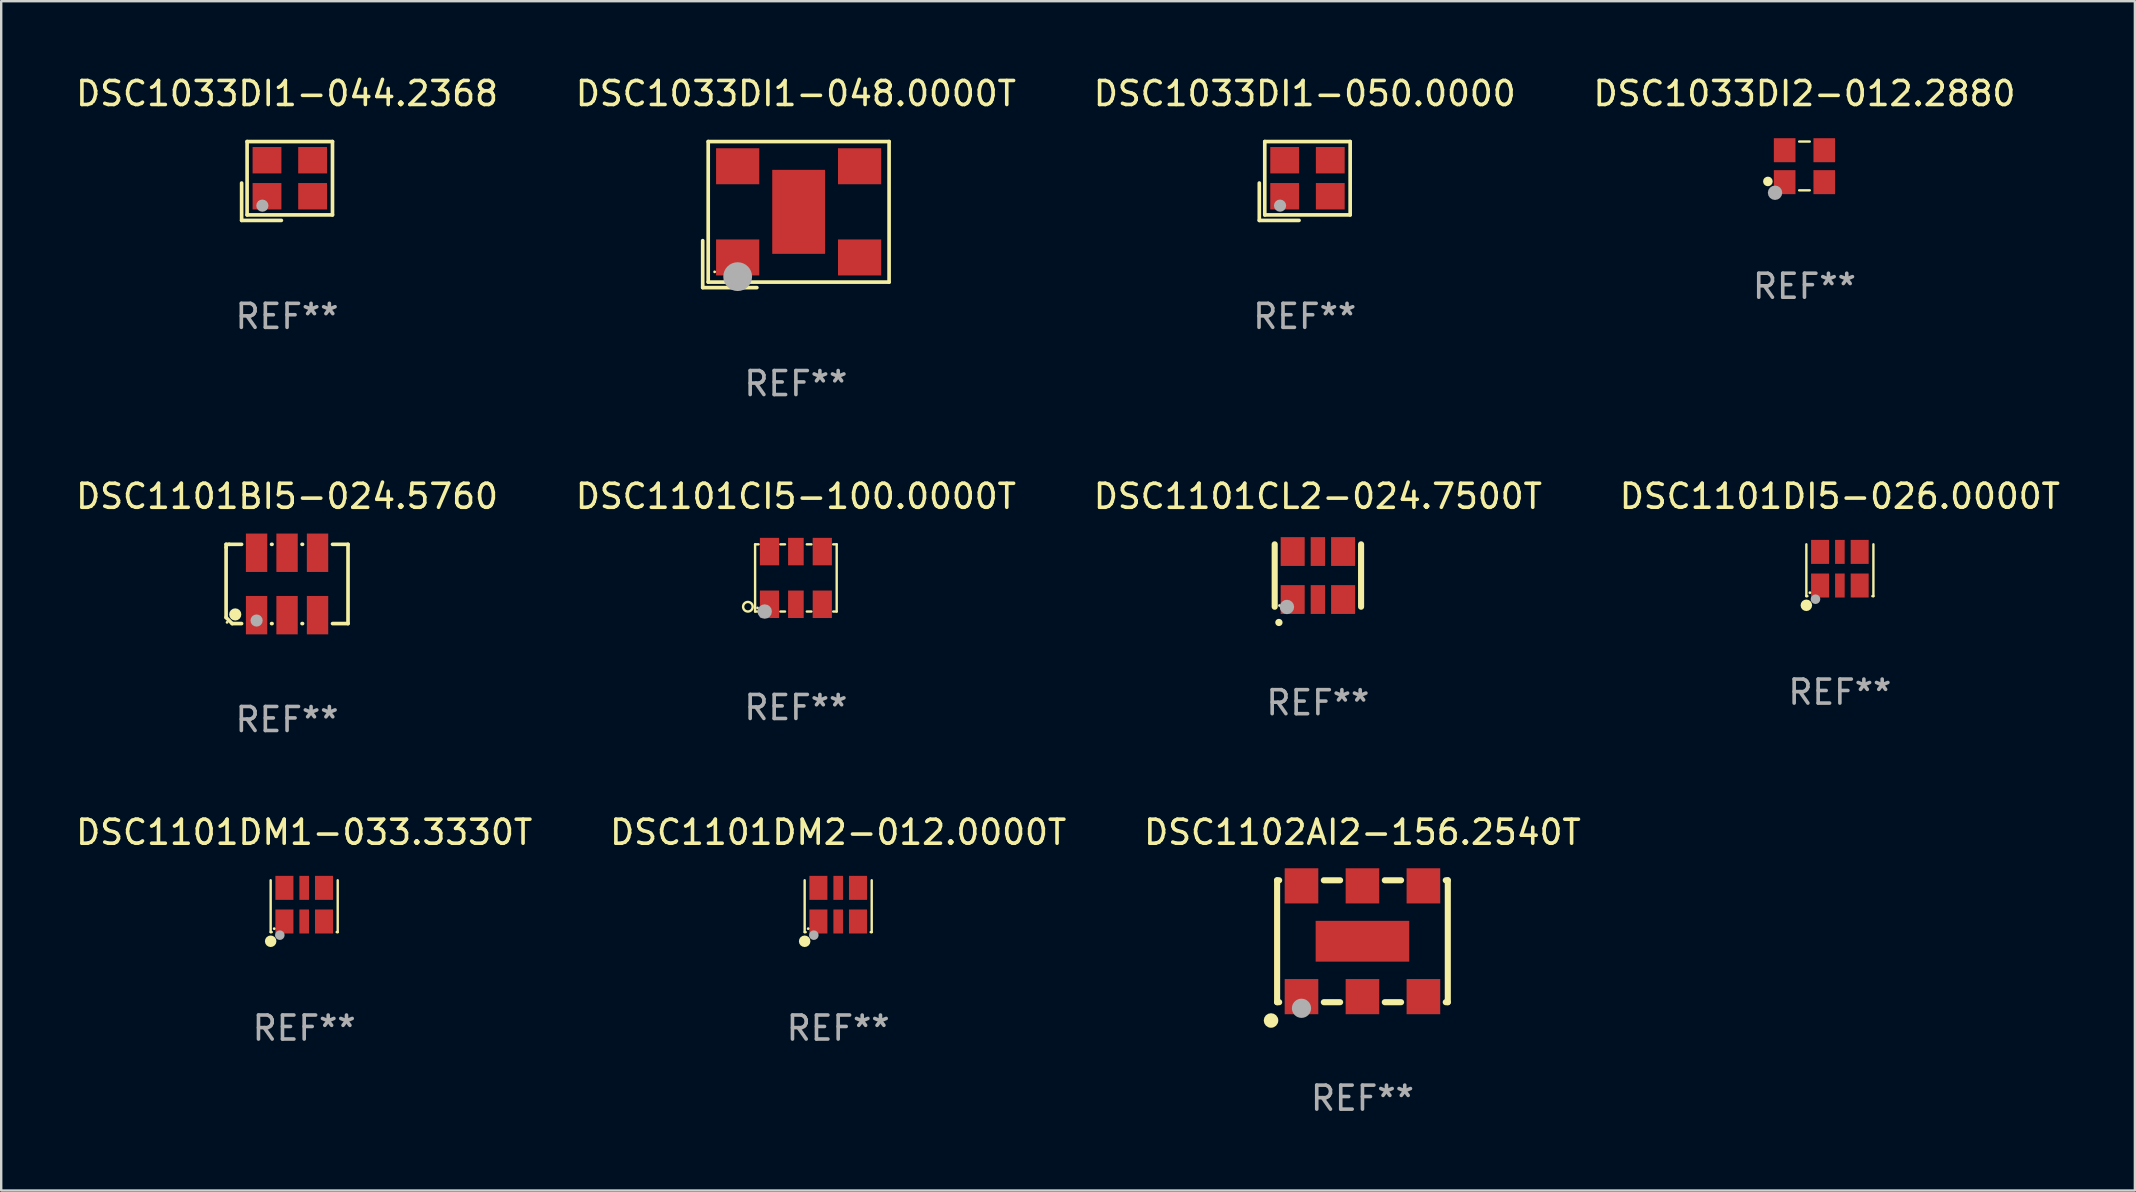
<source format=kicad_pcb>
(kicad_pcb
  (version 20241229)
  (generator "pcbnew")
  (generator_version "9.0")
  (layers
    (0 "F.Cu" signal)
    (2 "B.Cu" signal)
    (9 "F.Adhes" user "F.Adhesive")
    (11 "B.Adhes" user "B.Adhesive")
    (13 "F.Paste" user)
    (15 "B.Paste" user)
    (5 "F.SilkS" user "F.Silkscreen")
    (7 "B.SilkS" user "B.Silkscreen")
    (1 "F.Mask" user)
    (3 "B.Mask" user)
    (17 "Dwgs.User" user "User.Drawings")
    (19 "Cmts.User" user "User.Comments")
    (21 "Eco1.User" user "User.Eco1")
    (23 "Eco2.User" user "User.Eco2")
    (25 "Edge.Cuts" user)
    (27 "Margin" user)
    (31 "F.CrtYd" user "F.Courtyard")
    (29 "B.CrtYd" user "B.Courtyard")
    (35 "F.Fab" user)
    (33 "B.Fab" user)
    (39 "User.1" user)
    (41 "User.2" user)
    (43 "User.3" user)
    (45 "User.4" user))
  (footprint "DSC1033DI2-012.2880"
    (layer "F.Cu")
    (at 72.137 3.864)
    (property "Reference" "DSC1033DI2-012.2880" (at 0 -3.016 0) (layer "F.SilkS") (effects (font (size 1 1) (thickness 0.15))))
    (attr through_hole)
    (fp_line (start -0.221 -1.016) (end 0.221 -1.016) (stroke (width 0.1) (type solid)) (layer "F.SilkS"))
    (fp_line (start -0.221 1.016) (end 0.221 1.016) (stroke (width 0.1) (type solid)) (layer "F.SilkS"))
    (fp_circle (center -1.524 0.646) (end -1.424 0.646) (stroke (width 0.2) (type solid)) (fill no) (layer "F.SilkS"))
    (fp_circle (center -1.25 1) (end -1.22 1) (stroke (width 0.06) (type solid)) (fill no) (layer "F.SilkS"))
    (fp_circle (center -1.226 1.118) (end -1.076 1.118) (stroke (width 0.3) (type solid)) (fill no) (layer "F.Fab"))
    (fp_text user "REF**" (at 0 5.016 0) (layer "F.Fab") (effects (font (size 1 1) (thickness 0.15))))
    (pad "1" smd rect (at -0.825 0.676) (size 0.9 1) (layers "F.Cu" "F.Mask" "F.Paste"))
    (pad "2" smd rect (at 0.825 0.676) (size 0.9 1) (layers "F.Cu" "F.Mask" "F.Paste"))
    (pad "3" smd rect (at 0.825 -0.655) (size 0.9 1) (layers "F.Cu" "F.Mask" "F.Paste"))
    (pad "4" smd rect (at -0.825 -0.655) (size 0.9 1) (layers "F.Cu" "F.Mask" "F.Paste")))
  (footprint "DSC1101DM2-012.0000T"
    (layer "F.Cu")
    (at 31.875 34.709)
    (property "Reference" "DSC1101DM2-012.0000T" (at 0 -3.08 0) (layer "F.SilkS") (effects (font (size 1 1) (thickness 0.15))))
    (attr through_hole)
    (fp_line (start -1.397 -1.08) (end -1.397 1.08) (stroke (width 0.1) (type solid)) (layer "F.SilkS"))
    (fp_line (start -1.397 1.08) (end -1.354 1.08) (stroke (width 0.1) (type solid)) (layer "F.SilkS"))
    (fp_line (start 1.354 1.08) (end 1.397 1.08) (stroke (width 0.1) (type solid)) (layer "F.SilkS"))
    (fp_line (start 1.397 1.08) (end 1.397 -1.08) (stroke (width 0.1) (type solid)) (layer "F.SilkS"))
    (fp_circle (center -1.397 1.461) (end -1.277 1.461) (stroke (width 0.24) (type solid)) (fill no) (layer "F.SilkS"))
    (fp_circle (center -1.25 0.936) (end -1.22 0.936) (stroke (width 0.06) (type solid)) (fill no) (layer "F.SilkS"))
    (fp_circle (center -1.016 1.207) (end -0.916 1.207) (stroke (width 0.2) (type solid)) (fill no) (layer "F.Fab"))
    (fp_text user "REF**" (at 0 5.08 0) (layer "F.Fab") (effects (font (size 1 1) (thickness 0.15))))
    (pad "1" smd rect (at -0.825 0.637) (size 0.75 1) (layers "F.Cu" "F.Mask" "F.Paste"))
    (pad "2" smd rect (at 0 0.637) (size 0.4 1) (layers "F.Cu" "F.Mask" "F.Paste"))
    (pad "3" smd rect (at 0.825 0.637) (size 0.75 1) (layers "F.Cu" "F.Mask" "F.Paste"))
    (pad "4" smd rect (at 0.825 -0.764) (size 0.75 1) (layers "F.Cu" "F.Mask" "F.Paste"))
    (pad "5" smd rect (at 0 -0.764) (size 0.4 1) (layers "F.Cu" "F.Mask" "F.Paste"))
    (pad "6" smd rect (at -0.825 -0.764) (size 0.75 1) (layers "F.Cu" "F.Mask" "F.Paste")))
  (footprint "DSC1033DI1-048.0000T"
    (layer "F.Cu")
    (at 30.113 5.891)
    (property "Reference" "DSC1033DI1-048.0000T" (at 0 -5.043 0) (layer "F.SilkS") (effects (font (size 1 1) (thickness 0.15))))
    (attr through_hole)
    (fp_line (start -3.883 1.086) (end -3.883 3.043) (stroke (width 0.152) (type solid)) (layer "F.SilkS"))
    (fp_line (start -3.883 3.043) (end -1.626 3.043) (stroke (width 0.152) (type solid)) (layer "F.SilkS"))
    (fp_line (start -3.654 -3.043) (end 3.883 -3.043) (stroke (width 0.152) (type solid)) (layer "F.SilkS"))
    (fp_line (start -3.654 2.814) (end -3.654 -3.043) (stroke (width 0.152) (type solid)) (layer "F.SilkS"))
    (fp_line (start 3.883 -3.043) (end 3.883 2.814) (stroke (width 0.152) (type solid)) (layer "F.SilkS"))
    (fp_line (start 3.883 2.814) (end -3.654 2.814) (stroke (width 0.152) (type solid)) (layer "F.SilkS"))
    (fp_circle (center -3.386 2.386) (end -3.356 2.386) (stroke (width 0.06) (type solid)) (fill no) (layer "F.SilkS"))
    (fp_circle (center -2.426 2.586) (end -2.126 2.586) (stroke (width 0.6) (type solid)) (fill no) (layer "F.Fab"))
    (fp_text user "REF**" (at 0 7.043 0) (layer "F.Fab") (effects (font (size 1 1) (thickness 0.15))))
    (pad "1" smd rect (at -2.426 1.786) (size 1.8 1.5) (layers "F.Cu" "F.Mask" "F.Paste"))
    (pad "2" smd rect (at 2.654 1.786) (size 1.8 1.5) (layers "F.Cu" "F.Mask" "F.Paste"))
    (pad "3" smd rect (at 2.654 -2.014) (size 1.8 1.5) (layers "F.Cu" "F.Mask" "F.Paste"))
    (pad "4" smd rect (at -2.426 -2.014) (size 1.8 1.5) (layers "F.Cu" "F.Mask" "F.Paste"))
    (pad "5" smd rect (at 0.114 -0.114) (size 2.2 3.5) (layers "F.Cu" "F.Mask" "F.Paste")))
  (footprint "DSC1101DM1-033.3330T"
    (layer "F.Cu")
    (at 9.625 34.709)
    (property "Reference" "DSC1101DM1-033.3330T" (at 0 -3.08 0) (layer "F.SilkS") (effects (font (size 1 1) (thickness 0.15))))
    (attr through_hole)
    (fp_line (start -1.397 -1.08) (end -1.397 1.08) (stroke (width 0.1) (type solid)) (layer "F.SilkS"))
    (fp_line (start -1.397 1.08) (end -1.354 1.08) (stroke (width 0.1) (type solid)) (layer "F.SilkS"))
    (fp_line (start 1.354 1.08) (end 1.397 1.08) (stroke (width 0.1) (type solid)) (layer "F.SilkS"))
    (fp_line (start 1.397 1.08) (end 1.397 -1.08) (stroke (width 0.1) (type solid)) (layer "F.SilkS"))
    (fp_circle (center -1.397 1.461) (end -1.277 1.461) (stroke (width 0.24) (type solid)) (fill no) (layer "F.SilkS"))
    (fp_circle (center -1.25 0.936) (end -1.22 0.936) (stroke (width 0.06) (type solid)) (fill no) (layer "F.SilkS"))
    (fp_circle (center -1.016 1.207) (end -0.916 1.207) (stroke (width 0.2) (type solid)) (fill no) (layer "F.Fab"))
    (fp_text user "REF**" (at 0 5.08 0) (layer "F.Fab") (effects (font (size 1 1) (thickness 0.15))))
    (pad "1" smd rect (at -0.825 0.637) (size 0.75 1) (layers "F.Cu" "F.Mask" "F.Paste"))
    (pad "2" smd rect (at 0 0.637) (size 0.4 1) (layers "F.Cu" "F.Mask" "F.Paste"))
    (pad "3" smd rect (at 0.825 0.637) (size 0.75 1) (layers "F.Cu" "F.Mask" "F.Paste"))
    (pad "4" smd rect (at 0.825 -0.764) (size 0.75 1) (layers "F.Cu" "F.Mask" "F.Paste"))
    (pad "5" smd rect (at 0 -0.764) (size 0.4 1) (layers "F.Cu" "F.Mask" "F.Paste"))
    (pad "6" smd rect (at -0.825 -0.764) (size 0.75 1) (layers "F.Cu" "F.Mask" "F.Paste")))
  (footprint "DSC1101DI5-026.0000T"
    (layer "F.Cu")
    (at 73.613 20.71)
    (property "Reference" "DSC1101DI5-026.0000T" (at 0 -3.08 0) (layer "F.SilkS") (effects (font (size 1 1) (thickness 0.15))))
    (attr through_hole)
    (fp_line (start -1.397 -1.08) (end -1.397 1.08) (stroke (width 0.1) (type solid)) (layer "F.SilkS"))
    (fp_line (start -1.397 1.08) (end -1.354 1.08) (stroke (width 0.1) (type solid)) (layer "F.SilkS"))
    (fp_line (start 1.354 1.08) (end 1.397 1.08) (stroke (width 0.1) (type solid)) (layer "F.SilkS"))
    (fp_line (start 1.397 1.08) (end 1.397 -1.08) (stroke (width 0.1) (type solid)) (layer "F.SilkS"))
    (fp_circle (center -1.397 1.461) (end -1.277 1.461) (stroke (width 0.24) (type solid)) (fill no) (layer "F.SilkS"))
    (fp_circle (center -1.25 0.936) (end -1.22 0.936) (stroke (width 0.06) (type solid)) (fill no) (layer "F.SilkS"))
    (fp_circle (center -1.016 1.207) (end -0.916 1.207) (stroke (width 0.2) (type solid)) (fill no) (layer "F.Fab"))
    (fp_text user "REF**" (at 0 5.08 0) (layer "F.Fab") (effects (font (size 1 1) (thickness 0.15))))
    (pad "1" smd rect (at -0.825 0.637) (size 0.75 1) (layers "F.Cu" "F.Mask" "F.Paste"))
    (pad "2" smd rect (at 0 0.637) (size 0.4 1) (layers "F.Cu" "F.Mask" "F.Paste"))
    (pad "3" smd rect (at 0.825 0.637) (size 0.75 1) (layers "F.Cu" "F.Mask" "F.Paste"))
    (pad "4" smd rect (at 0.825 -0.764) (size 0.75 1) (layers "F.Cu" "F.Mask" "F.Paste"))
    (pad "5" smd rect (at 0 -0.764) (size 0.4 1) (layers "F.Cu" "F.Mask" "F.Paste"))
    (pad "6" smd rect (at -0.825 -0.764) (size 0.75 1) (layers "F.Cu" "F.Mask" "F.Paste")))
  (footprint "DSC1102AI2-156.2540T"
    (layer "F.Cu")
    (at 53.72 36.169)
    (property "Reference" "DSC1102AI2-156.2540T" (at 0 -4.54 0) (layer "F.SilkS") (effects (font (size 1 1) (thickness 0.15))))
    (attr through_hole)
    (fp_line (start -3.556 -2.54) (end -3.556 2.54) (stroke (width 0.254) (type solid)) (layer "F.SilkS"))
    (fp_line (start -3.556 2.54) (end -3.471 2.54) (stroke (width 0.254) (type solid)) (layer "F.SilkS"))
    (fp_line (start -3.471 -2.54) (end -3.556 -2.54) (stroke (width 0.254) (type solid)) (layer "F.SilkS"))
    (fp_line (start -1.609 2.54) (end -0.931 2.54) (stroke (width 0.254) (type solid)) (layer "F.SilkS"))
    (fp_line (start -0.931 -2.54) (end -1.609 -2.54) (stroke (width 0.254) (type solid)) (layer "F.SilkS"))
    (fp_line (start 0.931 2.54) (end 1.609 2.54) (stroke (width 0.254) (type solid)) (layer "F.SilkS"))
    (fp_line (start 1.609 -2.54) (end 0.931 -2.54) (stroke (width 0.254) (type solid)) (layer "F.SilkS"))
    (fp_line (start 3.471 2.54) (end 3.556 2.54) (stroke (width 0.254) (type solid)) (layer "F.SilkS"))
    (fp_line (start 3.556 -2.54) (end 3.471 -2.54) (stroke (width 0.254) (type solid)) (layer "F.SilkS"))
    (fp_line (start 3.556 2.54) (end 3.556 -2.54) (stroke (width 0.254) (type solid)) (layer "F.SilkS"))
    (fp_circle (center -3.81 3.302) (end -3.657 3.302) (stroke (width 0.3) (type solid)) (fill no) (layer "F.SilkS"))
    (fp_circle (center -3.5 2.5) (end -3.47 2.5) (stroke (width 0.06) (type solid)) (fill no) (layer "F.SilkS"))
    (fp_circle (center -2.54 2.794) (end -2.34 2.794) (stroke (width 0.4) (type solid)) (fill no) (layer "F.Fab"))
    (fp_text user "REF**" (at 0 6.54 0) (layer "F.Fab") (effects (font (size 1 1) (thickness 0.15))))
    (pad "1" smd rect (at -2.54 2.308) (size 1.4 1.465) (layers "F.Cu" "F.Mask" "F.Paste"))
    (pad "2" smd rect (at 0 2.308) (size 1.4 1.465) (layers "F.Cu" "F.Mask" "F.Paste"))
    (pad "3" smd rect (at 2.54 2.308) (size 1.4 1.465) (layers "F.Cu" "F.Mask" "F.Paste"))
    (pad "4" smd rect (at 2.54 -2.308) (size 1.4 1.465) (layers "F.Cu" "F.Mask" "F.Paste"))
    (pad "5" smd rect (at 0 -2.308) (size 1.4 1.465) (layers "F.Cu" "F.Mask" "F.Paste"))
    (pad "6" smd rect (at -2.54 -2.308) (size 1.4 1.465) (layers "F.Cu" "F.Mask" "F.Paste"))
    (pad "7" smd rect (at 0 0) (size 3.9 1.7) (layers "F.Cu" "F.Mask" "F.Paste")))
  (footprint "DSC1033DI1-050.0000"
    (layer "F.Cu")
    (at 51.315 4.491)
    (property "Reference" "DSC1033DI1-050.0000" (at 0 -3.643 0) (layer "F.SilkS") (effects (font (size 1 1) (thickness 0.15))))
    (attr through_hole)
    (fp_line (start -1.893 0.086) (end -1.893 1.643) (stroke (width 0.152) (type solid)) (layer "F.SilkS"))
    (fp_line (start -1.893 1.643) (end -0.237 1.643) (stroke (width 0.152) (type solid)) (layer "F.SilkS"))
    (fp_line (start -1.665 -1.643) (end 1.893 -1.643) (stroke (width 0.152) (type solid)) (layer "F.SilkS"))
    (fp_line (start -1.665 1.414) (end -1.665 -1.643) (stroke (width 0.152) (type solid)) (layer "F.SilkS"))
    (fp_line (start 1.893 -1.643) (end 1.893 1.414) (stroke (width 0.152) (type solid)) (layer "F.SilkS"))
    (fp_line (start 1.893 1.414) (end -1.665 1.414) (stroke (width 0.152) (type solid)) (layer "F.SilkS"))
    (fp_circle (center -1.136 0.885) (end -1.106 0.885) (stroke (width 0.06) (type solid)) (fill no) (layer "F.SilkS"))
    (fp_circle (center -1.029 1.028) (end -0.902 1.028) (stroke (width 0.254) (type solid)) (fill no) (layer "F.Fab"))
    (fp_text user "REF**" (at 0 5.643 0) (layer "F.Fab") (effects (font (size 1 1) (thickness 0.15))))
    (pad "1" smd rect (at -0.836 0.636) (size 1.2 1.1) (layers "F.Cu" "F.Mask" "F.Paste"))
    (pad "2" smd rect (at 1.064 0.636) (size 1.2 1.1) (layers "F.Cu" "F.Mask" "F.Paste"))
    (pad "3" smd rect (at 1.064 -0.865) (size 1.2 1.1) (layers "F.Cu" "F.Mask" "F.Paste"))
    (pad "4" smd rect (at -0.836 -0.865) (size 1.2 1.1) (layers "F.Cu" "F.Mask" "F.Paste")))
  (footprint "DSC1101CI5-100.0000T"
    (layer "F.Cu")
    (at 30.113 21.031)
    (property "Reference" "DSC1101CI5-100.0000T" (at 0 -3.4 0) (layer "F.SilkS") (effects (font (size 1 1) (thickness 0.15))))
    (attr through_hole)
    (fp_line (start -1.7 -1.4) (end -1.554 -1.4) (stroke (width 0.1) (type solid)) (layer "F.SilkS"))
    (fp_line (start -1.7 1.4) (end -1.7 -1.4) (stroke (width 0.1) (type solid)) (layer "F.SilkS"))
    (fp_line (start -1.554 1.4) (end -1.7 1.4) (stroke (width 0.1) (type solid)) (layer "F.SilkS"))
    (fp_line (start -0.646 -1.4) (end -0.454 -1.4) (stroke (width 0.1) (type solid)) (layer "F.SilkS"))
    (fp_line (start -0.454 1.4) (end -0.646 1.4) (stroke (width 0.1) (type solid)) (layer "F.SilkS"))
    (fp_line (start 0.454 -1.4) (end 0.646 -1.4) (stroke (width 0.1) (type solid)) (layer "F.SilkS"))
    (fp_line (start 0.646 1.4) (end 0.454 1.4) (stroke (width 0.1) (type solid)) (layer "F.SilkS"))
    (fp_line (start 1.554 -1.4) (end 1.7 -1.4) (stroke (width 0.1) (type solid)) (layer "F.SilkS"))
    (fp_line (start 1.7 -1.4) (end 1.7 1.4) (stroke (width 0.1) (type solid)) (layer "F.SilkS"))
    (fp_line (start 1.7 1.4) (end 1.554 1.4) (stroke (width 0.1) (type solid)) (layer "F.SilkS"))
    (fp_circle (center -2 1.2) (end -1.8 1.2) (stroke (width 0.1) (type solid)) (fill no) (layer "F.SilkS"))
    (fp_circle (center -1.6 1.25) (end -1.57 1.25) (stroke (width 0.06) (type solid)) (fill no) (layer "F.SilkS"))
    (fp_circle (center -1.3 1.4) (end -1.15 1.4) (stroke (width 0.3) (type solid)) (fill no) (layer "F.Fab"))
    (fp_text user "REF**" (at 0 5.4 0) (layer "F.Fab") (effects (font (size 1 1) (thickness 0.15))))
    (pad "1" smd rect (at -1.1 1.098) (size 0.8 1.145) (layers "F.Cu" "F.Mask" "F.Paste"))
    (pad "2" smd rect (at 0 1.098) (size 0.65 1.145) (layers "F.Cu" "F.Mask" "F.Paste"))
    (pad "3" smd rect (at 1.1 1.098) (size 0.8 1.145) (layers "F.Cu" "F.Mask" "F.Paste"))
    (pad "4" smd rect (at 1.1 -1.098 180) (size 0.8 1.145) (layers "F.Cu" "F.Mask" "F.Paste"))
    (pad "5" smd rect (at 0 -1.098) (size 0.65 1.145) (layers "F.Cu" "F.Mask" "F.Paste"))
    (pad "6" smd rect (at -1.1 -1.098) (size 0.8 1.145) (layers "F.Cu" "F.Mask" "F.Paste")))
  (footprint "DSC1101CL2-024.7500T"
    (layer "F.Cu")
    (at 51.863 20.931)
    (property "Reference" "DSC1101CL2-024.7500T" (at 0 -3.3 0) (layer "F.SilkS") (effects (font (size 1 1) (thickness 0.15))))
    (attr through_hole)
    (fp_line (start -1.8 -1.3) (end -1.8 1.3) (stroke (width 0.254) (type solid)) (layer "F.SilkS"))
    (fp_line (start 1.8 -1.3) (end 1.8 1.3) (stroke (width 0.254) (type solid)) (layer "F.SilkS"))
    (fp_arc (start -1.625603 1.955804) (mid -1.624333 1.955799) (end -1.623063 1.955804) (stroke (width 0.3) (type solid)) (layer "F.SilkS"))
    (fp_circle (center -1.6 1.25) (end -1.57 1.25) (stroke (width 0.06) (type solid)) (fill no) (layer "F.SilkS"))
    (fp_circle (center -1.29 1.31) (end -1.14 1.31) (stroke (width 0.3) (type solid)) (fill no) (layer "F.Fab"))
    (fp_text user "REF**" (at 0 5.3 0) (layer "F.Fab") (effects (font (size 1 1) (thickness 0.15))))
    (pad "1" smd rect (at -1.05 1) (size 1 1.2) (layers "F.Cu" "F.Mask" "F.Paste"))
    (pad "2" smd rect (at 0 1) (size 0.6 1.2) (layers "F.Cu" "F.Mask" "F.Paste"))
    (pad "3" smd rect (at 1.05 1) (size 1 1.2) (layers "F.Cu" "F.Mask" "F.Paste"))
    (pad "4" smd rect (at 1.05 -1) (size 1 1.2) (layers "F.Cu" "F.Mask" "F.Paste"))
    (pad "5" smd rect (at 0 -1) (size 0.6 1.2) (layers "F.Cu" "F.Mask" "F.Paste"))
    (pad "6" smd rect (at -1.05 -1) (size 1 1.2) (layers "F.Cu" "F.Mask" "F.Paste")))
  (footprint "DSC1033DI1-044.2368"
    (layer "F.Cu")
    (at 8.911 4.491)
    (property "Reference" "DSC1033DI1-044.2368" (at 0 -3.643 0) (layer "F.SilkS") (effects (font (size 1 1) (thickness 0.15))))
    (attr through_hole)
    (fp_line (start -1.893 0.086) (end -1.893 1.643) (stroke (width 0.152) (type solid)) (layer "F.SilkS"))
    (fp_line (start -1.893 1.643) (end -0.237 1.643) (stroke (width 0.152) (type solid)) (layer "F.SilkS"))
    (fp_line (start -1.665 -1.643) (end 1.893 -1.643) (stroke (width 0.152) (type solid)) (layer "F.SilkS"))
    (fp_line (start -1.665 1.414) (end -1.665 -1.643) (stroke (width 0.152) (type solid)) (layer "F.SilkS"))
    (fp_line (start 1.893 -1.643) (end 1.893 1.414) (stroke (width 0.152) (type solid)) (layer "F.SilkS"))
    (fp_line (start 1.893 1.414) (end -1.665 1.414) (stroke (width 0.152) (type solid)) (layer "F.SilkS"))
    (fp_circle (center -1.136 0.885) (end -1.106 0.885) (stroke (width 0.06) (type solid)) (fill no) (layer "F.SilkS"))
    (fp_circle (center -1.029 1.028) (end -0.902 1.028) (stroke (width 0.254) (type solid)) (fill no) (layer "F.Fab"))
    (fp_text user "REF**" (at 0 5.643 0) (layer "F.Fab") (effects (font (size 1 1) (thickness 0.15))))
    (pad "1" smd rect (at -0.836 0.636) (size 1.2 1.1) (layers "F.Cu" "F.Mask" "F.Paste"))
    (pad "2" smd rect (at 1.064 0.636) (size 1.2 1.1) (layers "F.Cu" "F.Mask" "F.Paste"))
    (pad "3" smd rect (at 1.064 -0.865) (size 1.2 1.1) (layers "F.Cu" "F.Mask" "F.Paste"))
    (pad "4" smd rect (at -0.836 -0.865) (size 1.2 1.1) (layers "F.Cu" "F.Mask" "F.Paste")))
  (footprint "DSC1101BI5-024.5760"
    (layer "F.Cu")
    (at 8.911 21.282)
    (property "Reference" "DSC1101BI5-024.5760" (at 0 -3.651 0) (layer "F.SilkS") (effects (font (size 1 1) (thickness 0.15))))
    (attr through_hole)
    (fp_line (start -2.54 -1.651) (end -2.413 -1.651) (stroke (width 0.152) (type solid)) (layer "F.SilkS"))
    (fp_line (start -2.54 -1.524) (end -2.54 -1.651) (stroke (width 0.152) (type solid)) (layer "F.SilkS"))
    (fp_line (start -2.54 1.397) (end -2.54 -1.524) (stroke (width 0.152) (type solid)) (layer "F.SilkS"))
    (fp_line (start -2.413 -1.651) (end -1.895 -1.651) (stroke (width 0.152) (type solid)) (layer "F.SilkS"))
    (fp_line (start -2.286 1.651) (end -2.54 1.397) (stroke (width 0.152) (type solid)) (layer "F.SilkS"))
    (fp_line (start -1.895 1.651) (end -2.286 1.651) (stroke (width 0.152) (type solid)) (layer "F.SilkS"))
    (fp_line (start -0.645 -1.651) (end -0.625 -1.651) (stroke (width 0.152) (type solid)) (layer "F.SilkS"))
    (fp_line (start -0.625 1.651) (end -0.645 1.651) (stroke (width 0.152) (type solid)) (layer "F.SilkS"))
    (fp_line (start 0.625 -1.651) (end 0.645 -1.651) (stroke (width 0.152) (type solid)) (layer "F.SilkS"))
    (fp_line (start 0.645 1.651) (end 0.625 1.651) (stroke (width 0.152) (type solid)) (layer "F.SilkS"))
    (fp_line (start 1.895 -1.651) (end 2.54 -1.651) (stroke (width 0.152) (type solid)) (layer "F.SilkS"))
    (fp_line (start 2.54 -1.651) (end 2.54 1.651) (stroke (width 0.152) (type solid)) (layer "F.SilkS"))
    (fp_line (start 2.54 1.651) (end 1.895 1.651) (stroke (width 0.152) (type solid)) (layer "F.SilkS"))
    (fp_circle (center -2.5 1.6) (end -2.47 1.6) (stroke (width 0.06) (type solid)) (fill no) (layer "F.SilkS"))
    (fp_circle (center -2.159 1.27) (end -2.032 1.27) (stroke (width 0.254) (type solid)) (fill no) (layer "F.SilkS"))
    (fp_circle (center -1.27 1.524) (end -1.143 1.524) (stroke (width 0.254) (type solid)) (fill no) (layer "F.Fab"))
    (fp_text user "REF**" (at 0 5.651 0) (layer "F.Fab") (effects (font (size 1 1) (thickness 0.15))))
    (pad "1" smd rect (at -1.27 1.3) (size 0.89 1.6) (layers "F.Cu" "F.Mask" "F.Paste"))
    (pad "2" smd rect (at 0 1.3) (size 0.89 1.6) (layers "F.Cu" "F.Mask" "F.Paste"))
    (pad "3" smd rect (at 1.27 1.3) (size 0.89 1.6) (layers "F.Cu" "F.Mask" "F.Paste"))
    (pad "4" smd rect (at 1.27 -1.3) (size 0.89 1.6) (layers "F.Cu" "F.Mask" "F.Paste"))
    (pad "5" smd rect (at 0 -1.3) (size 0.89 1.6) (layers "F.Cu" "F.Mask" "F.Paste"))
    (pad "6" smd rect (at -1.27 -1.3) (size 0.89 1.6) (layers "F.Cu" "F.Mask" "F.Paste")))
  (gr_rect
    (start -3 -3)
    (end 85.905 46.557)
    (stroke (width 0.1) (type default))
    (fill no)
    (layer "Edge.Cuts")))
</source>
